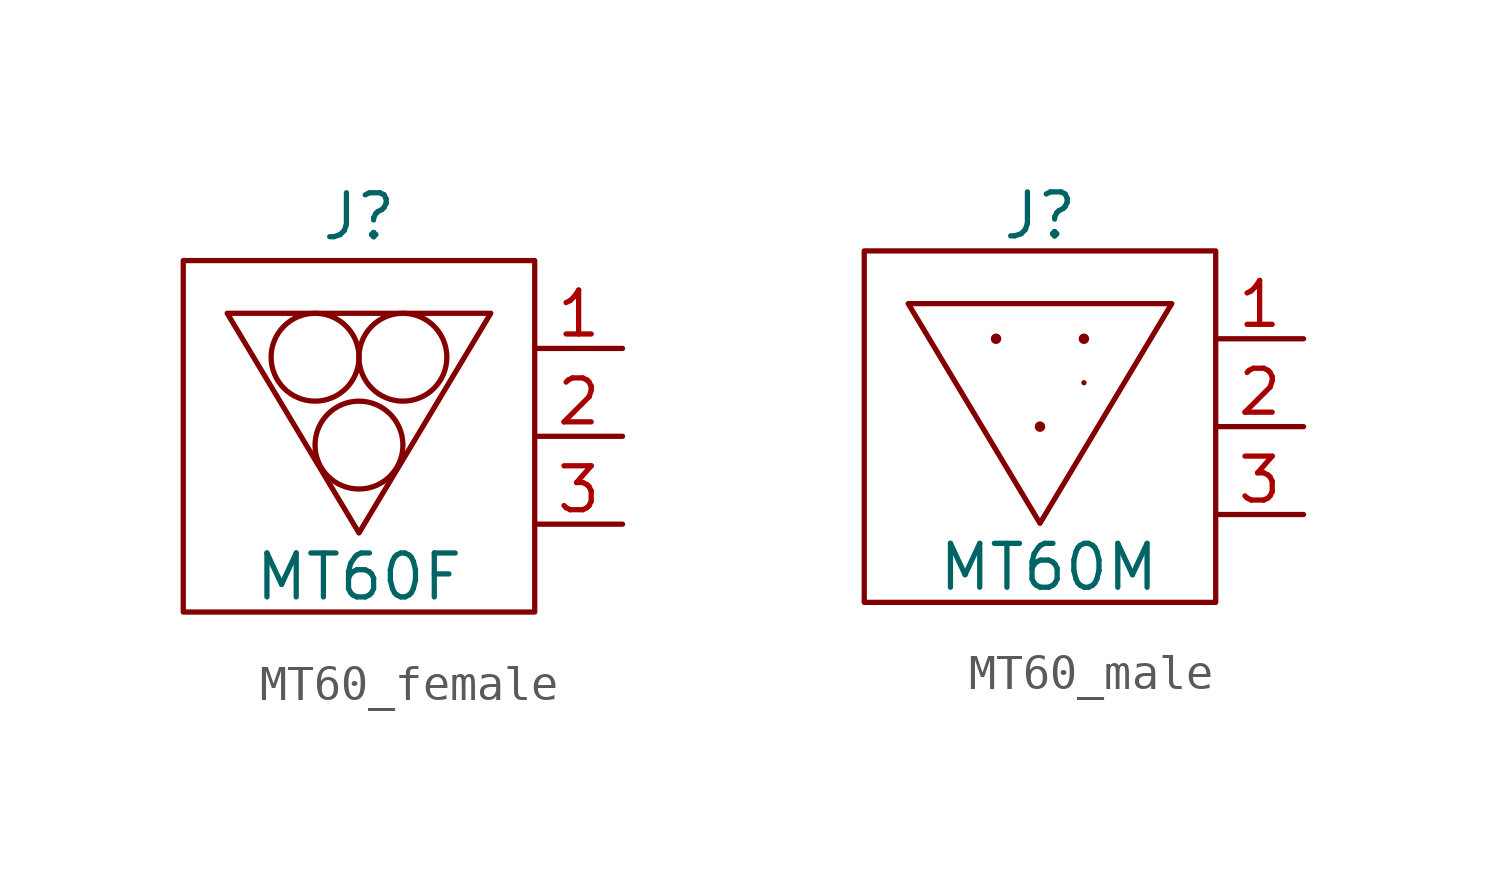
<source format=kicad_sym>
(kicad_symbol_lib
  (version 20241209)
  (generator "kicad_symbol_editor")
  (generator_version "9.0")
  (symbol "MT60_female"
    (property "Reference" "J"
      (at -5.08 6.35 0)
      (effects (font (size 1.27 1.27))))
    (property "Value" "MT60F"
      (at -5.08 -4.064 0)
      (effects (font (size 1.27 1.27))))
    (symbol "MT60_female_0_1"
      (rectangle (start -10.16 5.08) (end 0 -5.08) (stroke (width 0) (type default)) (fill (type none)))
      (circle (center -6.35 2.286) (radius 1.27) (stroke (width 0) (type default)) (fill (type none)))
      (circle (center -5.08 -0.254) (radius 1.27) (stroke (width 0) (type default)) (fill (type none)))
      (polyline (pts (xy -5.08 -2.794) (xy -8.89 3.556) (xy -1.27 3.556) (xy -5.08 -2.794)) (stroke (width 0) (type default)) (fill (type none)))
      (circle (center -3.81 2.286) (radius 1.27) (stroke (width 0) (type default)) (fill (type none))))
    (symbol "MT60_female_1_1"
      (pin passive line (at 2.54 2.54 180) (length 2.54) (name "" (effects (font (size 1.27 1.27)))) (number "1" (effects (font (size 1.27 1.27)))))
      (pin passive line (at 2.54 0 180) (length 2.54) (name "" (effects (font (size 1.27 1.27)))) (number "2" (effects (font (size 1.27 1.27)))))
      (pin passive line (at 2.54 -2.54 180) (length 2.54) (name "" (effects (font (size 1.27 1.27)))) (number "3" (effects (font (size 1.27 1.27)))))))
  (symbol "MT60_male"
    (property "Reference" "J"
      (at -7.62 6.096 0)
      (effects (font (size 1.27 1.27))))
    (property "Value" "MT60M"
      (at -7.366 -4.064 0)
      (effects (font (size 1.27 1.27))))
    (symbol "MT60_male_0_1"
      (rectangle (start -12.7 5.08) (end -2.54 -5.08) (stroke (width 0) (type default)) (fill (type none)))
      (circle (center -8.89 2.54) (radius 0.0001) (stroke (width 0) (type default)) (fill (type none)))
      (circle (center -7.62 0) (radius 0.0001) (stroke (width 0) (type default)) (fill (type none)))
      (polyline (pts (xy -7.62 -2.794) (xy -11.43 3.556) (xy -3.81 3.556) (xy -7.62 -2.794)) (stroke (width 0) (type default)) (fill (type none)))
      (circle (center -6.35 2.54) (radius 0.0001) (stroke (width 0) (type default)) (fill (type none)))
      (polyline (pts (xy -6.35 2.54) (xy -6.35 2.54)) (stroke (width 0) (type default)) (fill (type none)))
      (polyline (pts (xy -6.35 2.54) (xy -6.35 2.54)) (stroke (width 0) (type default)) (fill (type none)))
      (polyline (pts (xy -6.35 1.27) (xy -6.35 1.27)) (stroke (width 0) (type default)) (fill (type none))))
    (symbol "MT60_male_1_1"
      (pin passive line (at 0 2.54 180) (length 2.54) (name "" (effects (font (size 1.27 1.27)))) (number "1" (effects (font (size 1.27 1.27)))))
      (pin passive line (at 0 0 180) (length 2.54) (name "" (effects (font (size 1.27 1.27)))) (number "2" (effects (font (size 1.27 1.27)))))
      (pin passive line (at 0 -2.54 180) (length 2.54) (name "" (effects (font (size 1.27 1.27)))) (number "3" (effects (font (size 1.27 1.27))))))))
</source>
